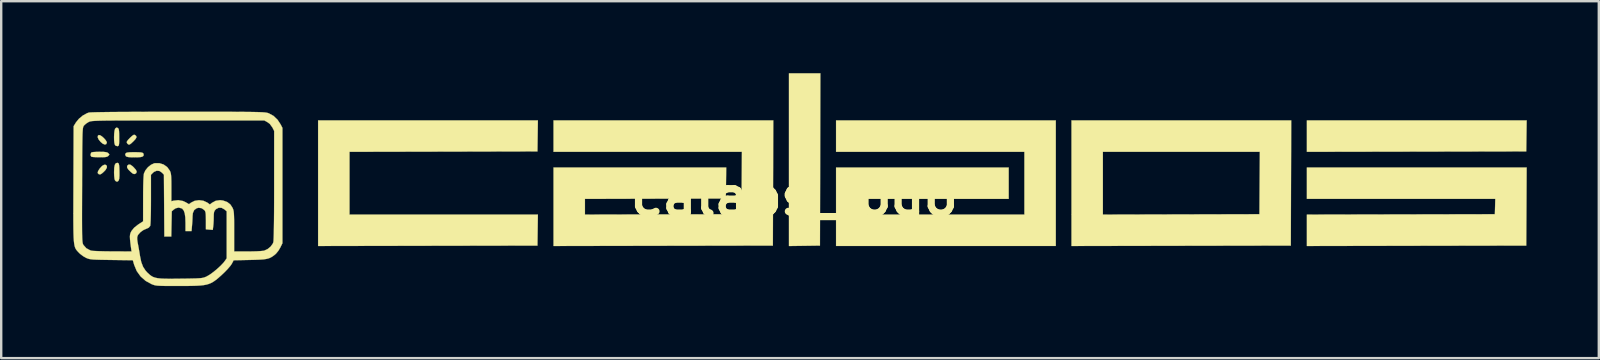
<source format=kicad_pcb>
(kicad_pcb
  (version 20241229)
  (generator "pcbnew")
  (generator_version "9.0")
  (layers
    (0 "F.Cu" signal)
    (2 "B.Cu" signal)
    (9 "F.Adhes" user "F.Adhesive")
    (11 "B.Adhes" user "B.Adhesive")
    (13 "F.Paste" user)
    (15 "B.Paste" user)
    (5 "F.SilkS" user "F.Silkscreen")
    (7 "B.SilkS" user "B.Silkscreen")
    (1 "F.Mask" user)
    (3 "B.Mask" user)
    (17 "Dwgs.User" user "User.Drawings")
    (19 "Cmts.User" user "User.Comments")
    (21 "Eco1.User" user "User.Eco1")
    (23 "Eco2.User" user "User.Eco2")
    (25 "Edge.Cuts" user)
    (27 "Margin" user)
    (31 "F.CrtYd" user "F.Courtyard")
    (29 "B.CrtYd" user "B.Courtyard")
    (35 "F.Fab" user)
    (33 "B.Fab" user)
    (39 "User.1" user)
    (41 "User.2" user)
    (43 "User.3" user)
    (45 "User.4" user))
  (footprint "calaos_logo"
    (layer "F.Cu")
    (at 30.044 5.137)
    (property "Reference" "calaos_logo" (at 0 0 0) (layer "F.SilkS") (effects (font (size 1.524 1.524) (thickness 0.3))))
    (attr through_hole)
    (fp_poly (pts (xy 1.071 -1.545) (xy 1.062 2.043) (xy 0.417 2.052) (xy -0.229 2.061) (xy -0.229 -5.132) (xy 1.079 -5.132) (xy 1.071 -1.545)) (stroke (width 0.01) (type solid)) (fill yes) (layer "F.SilkS"))
    (fp_poly (pts (xy 30.492 -2.525) (xy 30.483 -1.88) (xy 25.915 -1.871) (xy 21.346 -1.863) (xy 21.346 -3.171) (xy 30.501 -3.171) (xy 30.492 -2.525)) (stroke (width 0.01) (type solid)) (fill yes) (layer "F.SilkS"))
    (fp_poly (pts (xy 30.492 0.417) (xy 30.483 2.043) (xy 25.915 2.051) (xy 21.346 2.06) (xy 21.346 0.752) (xy 25.261 0.744) (xy 29.176 0.736) (xy 29.194 0.098) (xy 21.346 0.098) (xy 21.346 -1.21) (xy 30.5 -1.21) (xy 30.492 0.417)) (stroke (width 0.01) (type solid)) (fill yes) (layer "F.SilkS"))
    (fp_poly (pts (xy -10.697 -2.525) (xy -10.706 -1.88) (xy -14.621 -1.871) (xy -18.535 -1.863) (xy -18.535 0.752) (xy -10.688 0.752) (xy -10.697 1.397) (xy -10.706 2.043) (xy -15.274 2.051) (xy -19.843 2.06) (xy -19.843 -3.171) (xy -10.688 -3.171) (xy -10.697 -2.525)) (stroke (width 0.01) (type solid)) (fill yes) (layer "F.SilkS"))
    (fp_poly (pts (xy 10.886 2.059) (xy 1.733 2.059) (xy 1.733 -1.21) (xy 8.924 -1.21) (xy 8.924 0.098) (xy 3.04 0.098) (xy 3.04 0.752) (xy 9.578 0.752) (xy 9.578 -1.863) (xy 1.733 -1.863) (xy 1.733 -3.171) (xy 10.886 -3.171) (xy 10.886 2.059)) (stroke (width 0.01) (type solid)) (fill yes) (layer "F.SilkS"))
    (fp_poly (pts (xy -28.923 -2.553) (xy -28.847 -2.505) (xy -28.766 -2.433) (xy -28.695 -2.353) (xy -28.65 -2.28) (xy -28.643 -2.242) (xy -28.674 -2.179) (xy -28.735 -2.167) (xy -28.82 -2.206) (xy -28.906 -2.28) (xy -28.989 -2.384) (xy -29.025 -2.473) (xy -29.013 -2.537) (xy -28.978 -2.562) (xy -28.923 -2.553)) (stroke (width 0.01) (type solid)) (fill yes) (layer "F.SilkS"))
    (fp_poly (pts (xy -28.688 -1.32) (xy -28.641 -1.275) (xy -28.644 -1.202) (xy -28.694 -1.112) (xy -28.767 -1.034) (xy -28.849 -0.962) (xy -28.903 -0.928) (xy -28.945 -0.923) (xy -28.988 -0.937) (xy -29.025 -0.981) (xy -29.009 -1.059) (xy -28.942 -1.164) (xy -28.841 -1.275) (xy -28.753 -1.324) (xy -28.688 -1.32)) (stroke (width 0.01) (type solid)) (fill yes) (layer "F.SilkS"))
    (fp_poly (pts (xy 20.676 2.043) (xy 16.108 2.051) (xy 11.54 2.06) (xy 11.54 -1.863) (xy 12.847 -1.863) (xy 12.847 0.752) (xy 16.108 0.744) (xy 19.369 0.736) (xy 19.377 -0.564) (xy 19.386 -1.863) (xy 12.847 -1.863) (xy 11.54 -1.863) (xy 11.54 -3.171) (xy 20.693 -3.171) (xy 20.676 2.043)) (stroke (width 0.01) (type solid)) (fill yes) (layer "F.SilkS"))
    (fp_poly (pts (xy -27.663 -1.326) (xy -27.576 -1.266) (xy -27.521 -1.213) (xy -27.432 -1.111) (xy -27.399 -1.034) (xy -27.419 -0.977) (xy -27.458 -0.949) (xy -27.507 -0.936) (xy -27.563 -0.957) (xy -27.639 -1.018) (xy -27.747 -1.124) (xy -27.799 -1.206) (xy -27.799 -1.271) (xy -27.785 -1.293) (xy -27.729 -1.334) (xy -27.663 -1.326)) (stroke (width 0.01) (type solid)) (fill yes) (layer "F.SilkS"))
    (fp_poly (pts (xy -27.469 -2.563) (xy -27.417 -2.517) (xy -27.41 -2.464) (xy -27.45 -2.394) (xy -27.534 -2.303) (xy -27.626 -2.216) (xy -27.687 -2.171) (xy -27.732 -2.164) (xy -27.772 -2.189) (xy -27.78 -2.197) (xy -27.811 -2.241) (xy -27.809 -2.29) (xy -27.766 -2.353) (xy -27.678 -2.446) (xy -27.671 -2.452) (xy -27.584 -2.532) (xy -27.526 -2.569) (xy -27.484 -2.571) (xy -27.469 -2.563)) (stroke (width 0.01) (type solid)) (fill yes) (layer "F.SilkS"))
    (fp_poly (pts (xy -0.891 -0.564) (xy -0.899 2.043) (xy -5.467 2.051) (xy -10.036 2.06) (xy -10.036 -1.21) (xy -2.843 -1.21) (xy -2.851 -0.564) (xy -2.86 0.082) (xy -5.794 0.09) (xy -8.728 0.098) (xy -8.728 0.752) (xy -5.467 0.744) (xy -2.207 0.736) (xy -2.198 -0.564) (xy -2.189 -1.863) (xy -10.036 -1.863) (xy -10.036 -3.171) (xy -0.882 -3.171) (xy -0.891 -0.564)) (stroke (width 0.01) (type solid)) (fill yes) (layer "F.SilkS"))
    (fp_poly (pts (xy -28.193 -1.401) (xy -28.164 -1.389) (xy -28.145 -1.36) (xy -28.133 -1.301) (xy -28.125 -1.2) (xy -28.12 -1.05) (xy -28.119 -0.869) (xy -28.128 -0.745) (xy -28.151 -0.668) (xy -28.188 -0.629) (xy -28.231 -0.621) (xy -28.28 -0.647) (xy -28.308 -0.684) (xy -28.324 -0.746) (xy -28.336 -0.852) (xy -28.342 -0.983) (xy -28.342 -1.021) (xy -28.335 -1.2) (xy -28.312 -1.319) (xy -28.271 -1.385) (xy -28.21 -1.403) (xy -28.193 -1.401)) (stroke (width 0.01) (type solid)) (fill yes) (layer "F.SilkS"))
    (fp_poly (pts (xy -28.196 -2.861) (xy -28.189 -2.857) (xy -28.162 -2.833) (xy -28.145 -2.791) (xy -28.135 -2.718) (xy -28.131 -2.604) (xy -28.13 -2.465) (xy -28.13 -2.308) (xy -28.134 -2.205) (xy -28.143 -2.144) (xy -28.159 -2.114) (xy -28.185 -2.101) (xy -28.201 -2.098) (xy -28.276 -2.117) (xy -28.307 -2.153) (xy -28.328 -2.229) (xy -28.34 -2.345) (xy -28.343 -2.482) (xy -28.337 -2.621) (xy -28.323 -2.739) (xy -28.302 -2.818) (xy -28.295 -2.83) (xy -28.248 -2.872) (xy -28.196 -2.861)) (stroke (width 0.01) (type solid)) (fill yes) (layer "F.SilkS"))
    (fp_poly (pts (xy -28.775 -1.86) (xy -28.673 -1.849) (xy -28.611 -1.828) (xy -28.59 -1.812) (xy -28.549 -1.767) (xy -28.538 -1.749) (xy -28.558 -1.72) (xy -28.59 -1.686) (xy -28.632 -1.66) (xy -28.705 -1.644) (xy -28.821 -1.638) (xy -28.941 -1.637) (xy -29.078 -1.64) (xy -29.192 -1.645) (xy -29.266 -1.653) (xy -29.282 -1.656) (xy -29.316 -1.699) (xy -29.32 -1.767) (xy -29.294 -1.827) (xy -29.271 -1.843) (xy -29.216 -1.852) (xy -29.115 -1.859) (xy -28.984 -1.863) (xy -28.93 -1.863) (xy -28.775 -1.86)) (stroke (width 0.01) (type solid)) (fill yes) (layer "F.SilkS"))
    (fp_poly (pts (xy -27.335 -1.845) (xy -27.23 -1.839) (xy -27.167 -1.826) (xy -27.131 -1.805) (xy -27.122 -1.793) (xy -27.107 -1.728) (xy -27.13 -1.686) (xy -27.166 -1.661) (xy -27.23 -1.645) (xy -27.334 -1.637) (xy -27.492 -1.634) (xy -27.492 -1.634) (xy -27.65 -1.637) (xy -27.754 -1.645) (xy -27.818 -1.661) (xy -27.854 -1.686) (xy -27.854 -1.686) (xy -27.879 -1.749) (xy -27.863 -1.793) (xy -27.836 -1.818) (xy -27.786 -1.834) (xy -27.701 -1.843) (xy -27.568 -1.847) (xy -27.492 -1.847) (xy -27.335 -1.845)) (stroke (width 0.01) (type solid)) (fill yes) (layer "F.SilkS"))
    (fp_poly (pts (xy -24.607 -3.53) (xy -24.163 -3.53) (xy -23.774 -3.529) (xy -23.435 -3.529) (xy -23.142 -3.528) (xy -22.893 -3.526) (xy -22.682 -3.524) (xy -22.506 -3.521) (xy -22.362 -3.518) (xy -22.245 -3.514) (xy -22.153 -3.51) (xy -22.08 -3.504) (xy -22.024 -3.498) (xy -21.98 -3.491) (xy -21.945 -3.482) (xy -21.915 -3.473) (xy -21.894 -3.465) (xy -21.701 -3.36) (xy -21.533 -3.2) (xy -21.406 -3.007) (xy -21.33 -2.86) (xy -21.33 1.945) (xy -21.422 2.132) (xy -21.499 2.26) (xy -21.592 2.374) (xy -21.64 2.418) (xy -21.726 2.484) (xy -21.807 2.534) (xy -21.892 2.572) (xy -21.992 2.598) (xy -22.118 2.617) (xy -22.28 2.628) (xy -22.488 2.636) (xy -22.689 2.641) (xy -23.361 2.655) (xy -23.438 2.801) (xy -23.502 2.893) (xy -23.604 3.012) (xy -23.732 3.145) (xy -23.874 3.28) (xy -24.015 3.405) (xy -24.143 3.505) (xy -24.218 3.555) (xy -24.304 3.602) (xy -24.393 3.639) (xy -24.491 3.668) (xy -24.609 3.69) (xy -24.753 3.706) (xy -24.932 3.716) (xy -25.155 3.722) (xy -25.429 3.725) (xy -25.662 3.725) (xy -25.934 3.725) (xy -26.149 3.724) (xy -26.317 3.722) (xy -26.444 3.717) (xy -26.54 3.711) (xy -26.614 3.701) (xy -26.673 3.687) (xy -26.727 3.669) (xy -26.778 3.649) (xy -27.029 3.512) (xy -27.237 3.328) (xy -27.399 3.102) (xy -27.507 2.84) (xy -27.507 2.839) (xy -27.56 2.654) (xy -28.45 2.642) (xy -28.716 2.638) (xy -28.925 2.634) (xy -29.086 2.629) (xy -29.209 2.623) (xy -29.3 2.614) (xy -29.37 2.602) (xy -29.427 2.586) (xy -29.48 2.566) (xy -29.51 2.553) (xy -29.636 2.481) (xy -29.76 2.386) (xy -29.807 2.34) (xy -29.851 2.294) (xy -29.888 2.252) (xy -29.921 2.211) (xy -29.948 2.165) (xy -29.971 2.11) (xy -29.99 2.041) (xy -30.005 1.953) (xy -30.017 1.843) (xy -30.026 1.705) (xy -30.032 1.535) (xy -30.036 1.328) (xy -30.038 1.079) (xy -30.039 0.989) (xy -29.678 0.989) (xy -29.677 1.226) (xy -29.676 1.421) (xy -29.674 1.578) (xy -29.67 1.702) (xy -29.666 1.797) (xy -29.66 1.869) (xy -29.653 1.921) (xy -29.645 1.959) (xy -29.635 1.987) (xy -29.624 2.009) (xy -29.619 2.017) (xy -29.498 2.154) (xy -29.336 2.241) (xy -29.281 2.257) (xy -29.219 2.264) (xy -29.102 2.27) (xy -28.941 2.276) (xy -28.747 2.281) (xy -28.53 2.284) (xy -28.395 2.285) (xy -27.614 2.288) (xy -27.636 2.133) (xy -27.662 1.93) (xy -27.678 1.779) (xy -27.678 1.778) (xy -27.38 1.778) (xy -27.365 1.894) (xy -27.348 1.983) (xy -27.317 2.151) (xy -27.284 2.336) (xy -27.261 2.484) (xy -27.21 2.73) (xy -27.134 2.928) (xy -27.027 3.091) (xy -26.957 3.167) (xy -26.879 3.24) (xy -26.806 3.298) (xy -26.73 3.344) (xy -26.641 3.377) (xy -26.532 3.401) (xy -26.395 3.416) (xy -26.221 3.424) (xy -26.002 3.426) (xy -25.73 3.424) (xy -25.578 3.422) (xy -25.309 3.419) (xy -25.097 3.415) (xy -24.933 3.411) (xy -24.809 3.405) (xy -24.715 3.397) (xy -24.645 3.386) (xy -24.588 3.371) (xy -24.537 3.352) (xy -24.483 3.328) (xy -24.358 3.255) (xy -24.208 3.147) (xy -24.051 3.018) (xy -23.904 2.883) (xy -23.784 2.756) (xy -23.739 2.698) (xy -23.651 2.574) (xy -23.651 0.615) (xy -23.743 0.537) (xy -23.861 0.47) (xy -23.981 0.465) (xy -24.091 0.521) (xy -24.11 0.538) (xy -24.154 0.591) (xy -24.179 0.653) (xy -24.189 0.744) (xy -24.191 0.84) (xy -24.194 0.986) (xy -24.202 1.134) (xy -24.211 1.226) (xy -24.23 1.389) (xy -24.374 1.378) (xy -24.517 1.366) (xy -24.517 1) (xy -24.519 0.836) (xy -24.524 0.724) (xy -24.535 0.65) (xy -24.555 0.6) (xy -24.584 0.562) (xy -24.696 0.485) (xy -24.823 0.467) (xy -24.906 0.489) (xy -25.005 0.563) (xy -25.06 0.686) (xy -25.073 0.814) (xy -25.076 0.909) (xy -25.083 1.042) (xy -25.094 1.183) (xy -25.094 1.188) (xy -25.115 1.438) (xy -25.367 1.438) (xy -25.367 1.094) (xy -25.375 0.869) (xy -25.398 0.702) (xy -25.439 0.585) (xy -25.499 0.51) (xy -25.526 0.493) (xy -25.652 0.459) (xy -25.777 0.489) (xy -25.848 0.536) (xy -25.939 0.615) (xy -25.96 1.667) (xy -26.248 1.667) (xy -26.257 0.379) (xy -26.266 -0.91) (xy -26.346 -0.994) (xy -26.451 -1.066) (xy -26.567 -1.076) (xy -26.681 -1.026) (xy -26.719 -0.993) (xy -26.806 -0.906) (xy -26.806 0.117) (xy -26.807 0.377) (xy -26.809 0.617) (xy -26.814 0.828) (xy -26.819 1.003) (xy -26.826 1.133) (xy -26.834 1.208) (xy -26.837 1.222) (xy -26.901 1.299) (xy -26.982 1.335) (xy -27.116 1.393) (xy -27.24 1.481) (xy -27.333 1.583) (xy -27.361 1.633) (xy -27.379 1.698) (xy -27.38 1.778) (xy -27.678 1.778) (xy -27.683 1.668) (xy -27.676 1.585) (xy -27.657 1.518) (xy -27.626 1.453) (xy -27.614 1.432) (xy -27.507 1.3) (xy -27.348 1.173) (xy -27.332 1.162) (xy -27.133 1.034) (xy -27.132 0.1) (xy -27.131 -0.198) (xy -27.127 -0.457) (xy -27.121 -0.67) (xy -27.112 -0.831) (xy -27.102 -0.936) (xy -27.096 -0.964) (xy -27.034 -1.095) (xy -26.931 -1.221) (xy -26.805 -1.322) (xy -26.676 -1.382) (xy -26.649 -1.388) (xy -26.455 -1.39) (xy -26.278 -1.334) (xy -26.127 -1.225) (xy -26.02 -1.077) (xy -25.996 -1.024) (xy -25.979 -0.964) (xy -25.968 -0.886) (xy -25.961 -0.78) (xy -25.957 -0.633) (xy -25.956 -0.434) (xy -25.956 -0.377) (xy -25.956 0.197) (xy -25.866 0.173) (xy -25.666 0.151) (xy -25.473 0.186) (xy -25.364 0.236) (xy -25.223 0.319) (xy -25.137 0.255) (xy -24.982 0.178) (xy -24.804 0.152) (xy -24.625 0.175) (xy -24.463 0.249) (xy -24.446 0.261) (xy -24.352 0.33) (xy -24.268 0.264) (xy -24.107 0.177) (xy -23.925 0.151) (xy -23.804 0.166) (xy -23.628 0.229) (xy -23.497 0.332) (xy -23.409 0.468) (xy -23.388 0.515) (xy -23.372 0.565) (xy -23.36 0.626) (xy -23.351 0.708) (xy -23.346 0.818) (xy -23.342 0.967) (xy -23.341 1.162) (xy -23.341 1.412) (xy -23.341 1.449) (xy -23.341 2.288) (xy -22.777 2.288) (xy -22.581 2.286) (xy -22.4 2.281) (xy -22.247 2.272) (xy -22.135 2.262) (xy -22.089 2.254) (xy -21.947 2.189) (xy -21.822 2.087) (xy -21.733 1.965) (xy -21.707 1.901) (xy -21.7 1.842) (xy -21.694 1.72) (xy -21.688 1.537) (xy -21.684 1.295) (xy -21.68 0.997) (xy -21.677 0.645) (xy -21.675 0.24) (xy -21.674 -0.214) (xy -21.674 -0.475) (xy -21.673 -2.732) (xy -21.747 -2.878) (xy -21.854 -3.025) (xy -21.951 -3.097) (xy -22.082 -3.17) (xy -25.676 -3.17) (xy -26.238 -3.17) (xy -26.738 -3.17) (xy -27.18 -3.17) (xy -27.568 -3.17) (xy -27.906 -3.169) (xy -28.197 -3.168) (xy -28.445 -3.167) (xy -28.654 -3.165) (xy -28.827 -3.162) (xy -28.968 -3.159) (xy -29.082 -3.155) (xy -29.171 -3.15) (xy -29.24 -3.145) (xy -29.292 -3.139) (xy -29.33 -3.132) (xy -29.36 -3.123) (xy -29.383 -3.114) (xy -29.402 -3.105) (xy -29.502 -3.043) (xy -29.585 -2.969) (xy -29.601 -2.95) (xy -29.613 -2.931) (xy -29.624 -2.909) (xy -29.633 -2.878) (xy -29.641 -2.834) (xy -29.647 -2.773) (xy -29.653 -2.69) (xy -29.658 -2.579) (xy -29.661 -2.438) (xy -29.664 -2.26) (xy -29.667 -2.042) (xy -29.669 -1.779) (xy -29.671 -1.466) (xy -29.672 -1.099) (xy -29.674 -0.674) (xy -29.674 -0.474) (xy -29.676 -0.022) (xy -29.677 0.37) (xy -29.678 0.705) (xy -29.678 0.989) (xy -30.039 0.989) (xy -30.039 0.784) (xy -30.038 0.439) (xy -30.037 0.038) (xy -30.035 -0.423) (xy -30.035 -0.509) (xy -30.026 -2.931) (xy -29.927 -3.092) (xy -29.805 -3.241) (xy -29.645 -3.374) (xy -29.47 -3.47) (xy -29.394 -3.497) (xy -29.339 -3.503) (xy -29.22 -3.508) (xy -29.036 -3.513) (xy -28.79 -3.517) (xy -28.482 -3.521) (xy -28.112 -3.524) (xy -27.682 -3.526) (xy -27.192 -3.528) (xy -26.643 -3.53) (xy -26.035 -3.53) (xy -25.671 -3.53) (xy -25.108 -3.53) (xy -24.607 -3.53)) (stroke (width 0.01) (type solid)) (fill yes) (layer "F.SilkS")))
  (gr_rect
    (start -3 -3)
    (end 63.55 11.868)
    (stroke (width 0.1) (type default))
    (fill no)
    (layer "Edge.Cuts")))
</source>
